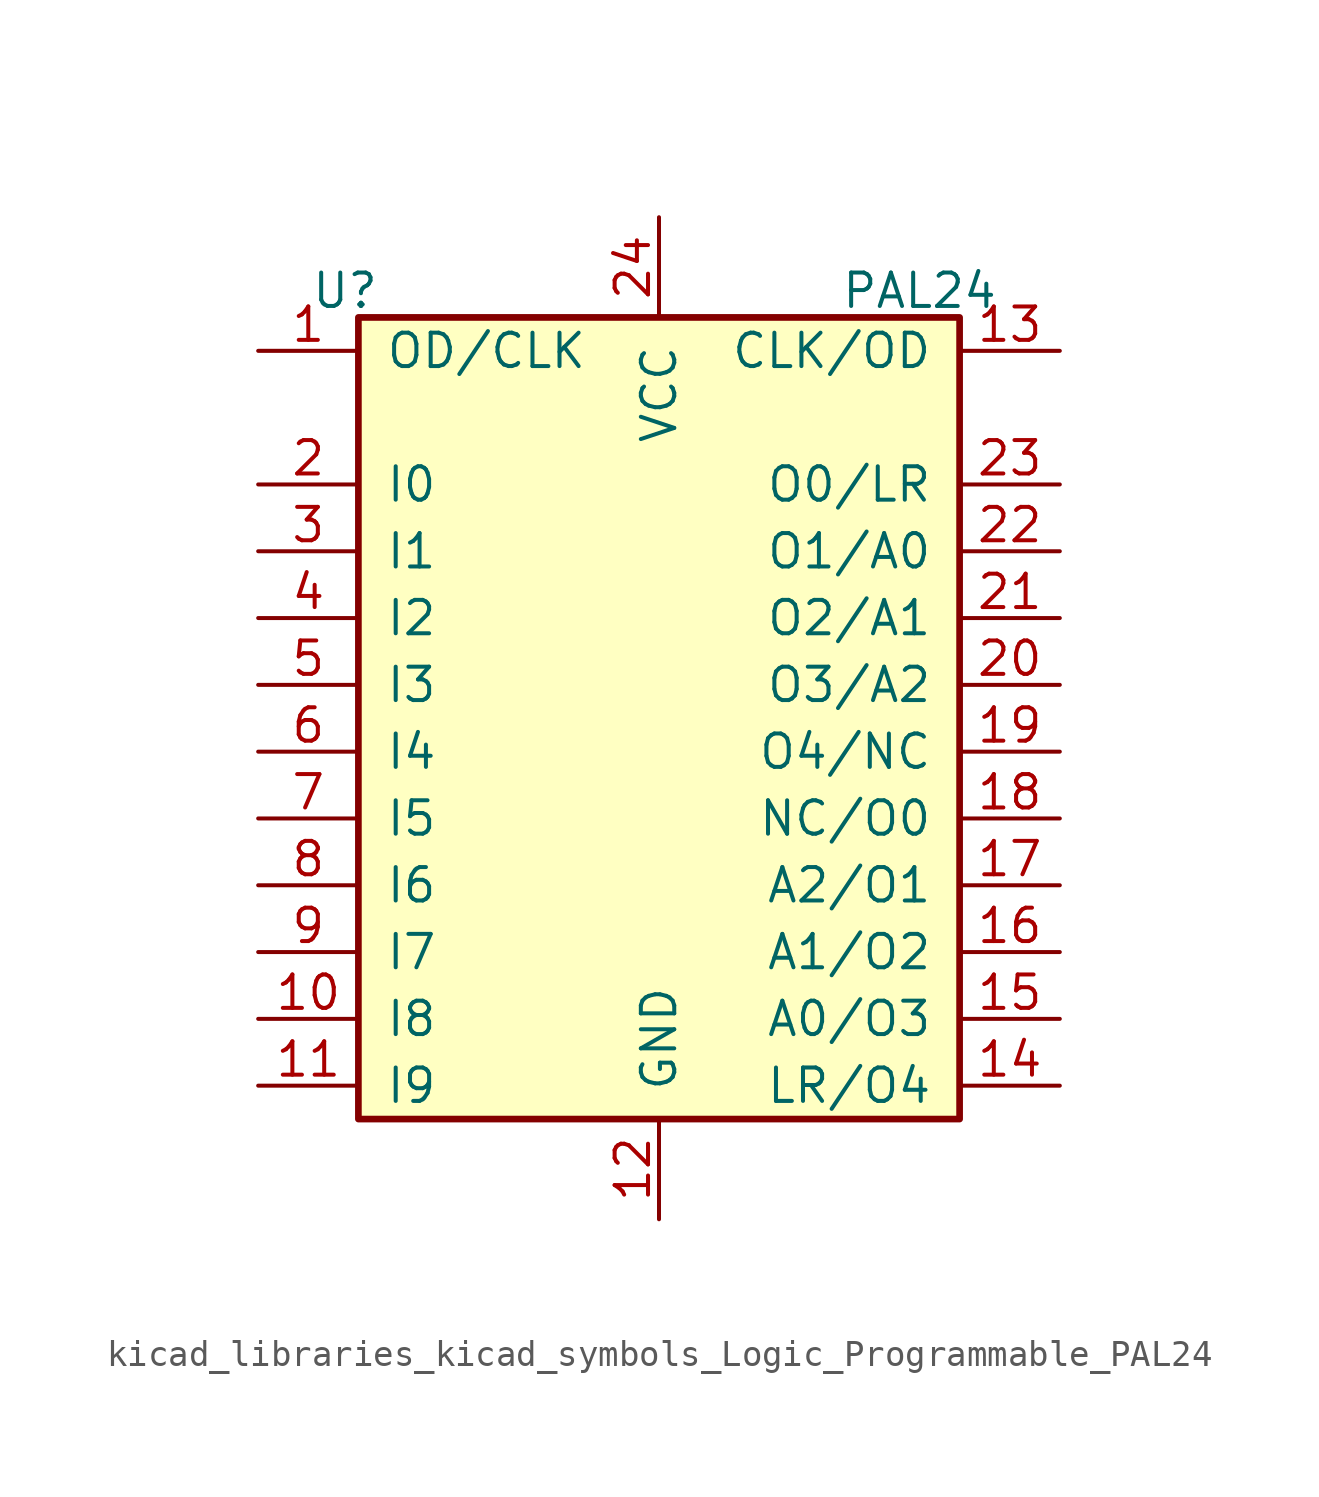
<source format=kicad_sym>
(kicad_symbol_lib
  (version 20220914)
  (generator kicad_symbol_editor)
  (symbol "kicad_libraries_kicad_symbols_Logic_Programmable_PAL24"
    (pin_names
      (offset 1.016))
    (property "Reference" "U"
      (at -11.938 17.526 0)
      (effects (font (size 1.27 1.27))))
    (property "Value" "PAL24"
      (at 9.906 17.526 0)
      (effects (font (size 1.27 1.27))))
    (symbol "kicad_libraries_kicad_symbols_Logic_Programmable_PAL24_0_1"
      (rectangle (start -11.43 -13.97) (end 11.43 16.51) (stroke (width 0.254) (type default)) (fill (type background))))
    (symbol "kicad_libraries_kicad_symbols_Logic_Programmable_PAL24_1_1"
      (pin passive line (at -15.24 15.24 0) (length 3.81) (name "OD/CLK" (effects (font (size 1.27 1.27)))) (number "1" (effects (font (size 1.27 1.27)))))
      (pin passive line (at -15.24 -10.16 0) (length 3.81) (name "I8" (effects (font (size 1.27 1.27)))) (number "10" (effects (font (size 1.27 1.27)))))
      (pin passive line (at -15.24 -12.7 0) (length 3.81) (name "I9" (effects (font (size 1.27 1.27)))) (number "11" (effects (font (size 1.27 1.27)))))
      (pin passive line (at 0 -17.78 90) (length 3.81) (name "GND" (effects (font (size 1.27 1.27)))) (number "12" (effects (font (size 1.27 1.27)))))
      (pin passive line (at 15.24 15.24 180) (length 3.81) (name "CLK/OD" (effects (font (size 1.27 1.27)))) (number "13" (effects (font (size 1.27 1.27)))))
      (pin passive line (at 15.24 -12.7 180) (length 3.81) (name "LR/O4" (effects (font (size 1.27 1.27)))) (number "14" (effects (font (size 1.27 1.27)))))
      (pin passive line (at 15.24 -10.16 180) (length 3.81) (name "A0/O3" (effects (font (size 1.27 1.27)))) (number "15" (effects (font (size 1.27 1.27)))))
      (pin passive line (at 15.24 -7.62 180) (length 3.81) (name "A1/O2" (effects (font (size 1.27 1.27)))) (number "16" (effects (font (size 1.27 1.27)))))
      (pin passive line (at 15.24 -5.08 180) (length 3.81) (name "A2/O1" (effects (font (size 1.27 1.27)))) (number "17" (effects (font (size 1.27 1.27)))))
      (pin passive line (at 15.24 -2.54 180) (length 3.81) (name "NC/O0" (effects (font (size 1.27 1.27)))) (number "18" (effects (font (size 1.27 1.27)))))
      (pin passive line (at 15.24 0 180) (length 3.81) (name "O4/NC" (effects (font (size 1.27 1.27)))) (number "19" (effects (font (size 1.27 1.27)))))
      (pin passive line (at -15.24 10.16 0) (length 3.81) (name "I0" (effects (font (size 1.27 1.27)))) (number "2" (effects (font (size 1.27 1.27)))))
      (pin passive line (at 15.24 2.54 180) (length 3.81) (name "O3/A2" (effects (font (size 1.27 1.27)))) (number "20" (effects (font (size 1.27 1.27)))))
      (pin passive line (at 15.24 5.08 180) (length 3.81) (name "O2/A1" (effects (font (size 1.27 1.27)))) (number "21" (effects (font (size 1.27 1.27)))))
      (pin passive line (at 15.24 7.62 180) (length 3.81) (name "O1/A0" (effects (font (size 1.27 1.27)))) (number "22" (effects (font (size 1.27 1.27)))))
      (pin passive line (at 15.24 10.16 180) (length 3.81) (name "O0/LR" (effects (font (size 1.27 1.27)))) (number "23" (effects (font (size 1.27 1.27)))))
      (pin passive line (at 0 20.32 270) (length 3.81) (name "VCC" (effects (font (size 1.27 1.27)))) (number "24" (effects (font (size 1.27 1.27)))))
      (pin passive line (at -15.24 7.62 0) (length 3.81) (name "I1" (effects (font (size 1.27 1.27)))) (number "3" (effects (font (size 1.27 1.27)))))
      (pin passive line (at -15.24 5.08 0) (length 3.81) (name "I2" (effects (font (size 1.27 1.27)))) (number "4" (effects (font (size 1.27 1.27)))))
      (pin passive line (at -15.24 2.54 0) (length 3.81) (name "I3" (effects (font (size 1.27 1.27)))) (number "5" (effects (font (size 1.27 1.27)))))
      (pin passive line (at -15.24 0 0) (length 3.81) (name "I4" (effects (font (size 1.27 1.27)))) (number "6" (effects (font (size 1.27 1.27)))))
      (pin passive line (at -15.24 -2.54 0) (length 3.81) (name "I5" (effects (font (size 1.27 1.27)))) (number "7" (effects (font (size 1.27 1.27)))))
      (pin passive line (at -15.24 -5.08 0) (length 3.81) (name "I6" (effects (font (size 1.27 1.27)))) (number "8" (effects (font (size 1.27 1.27)))))
      (pin passive line (at -15.24 -7.62 0) (length 3.81) (name "I7" (effects (font (size 1.27 1.27)))) (number "9" (effects (font (size 1.27 1.27))))))))
</source>
